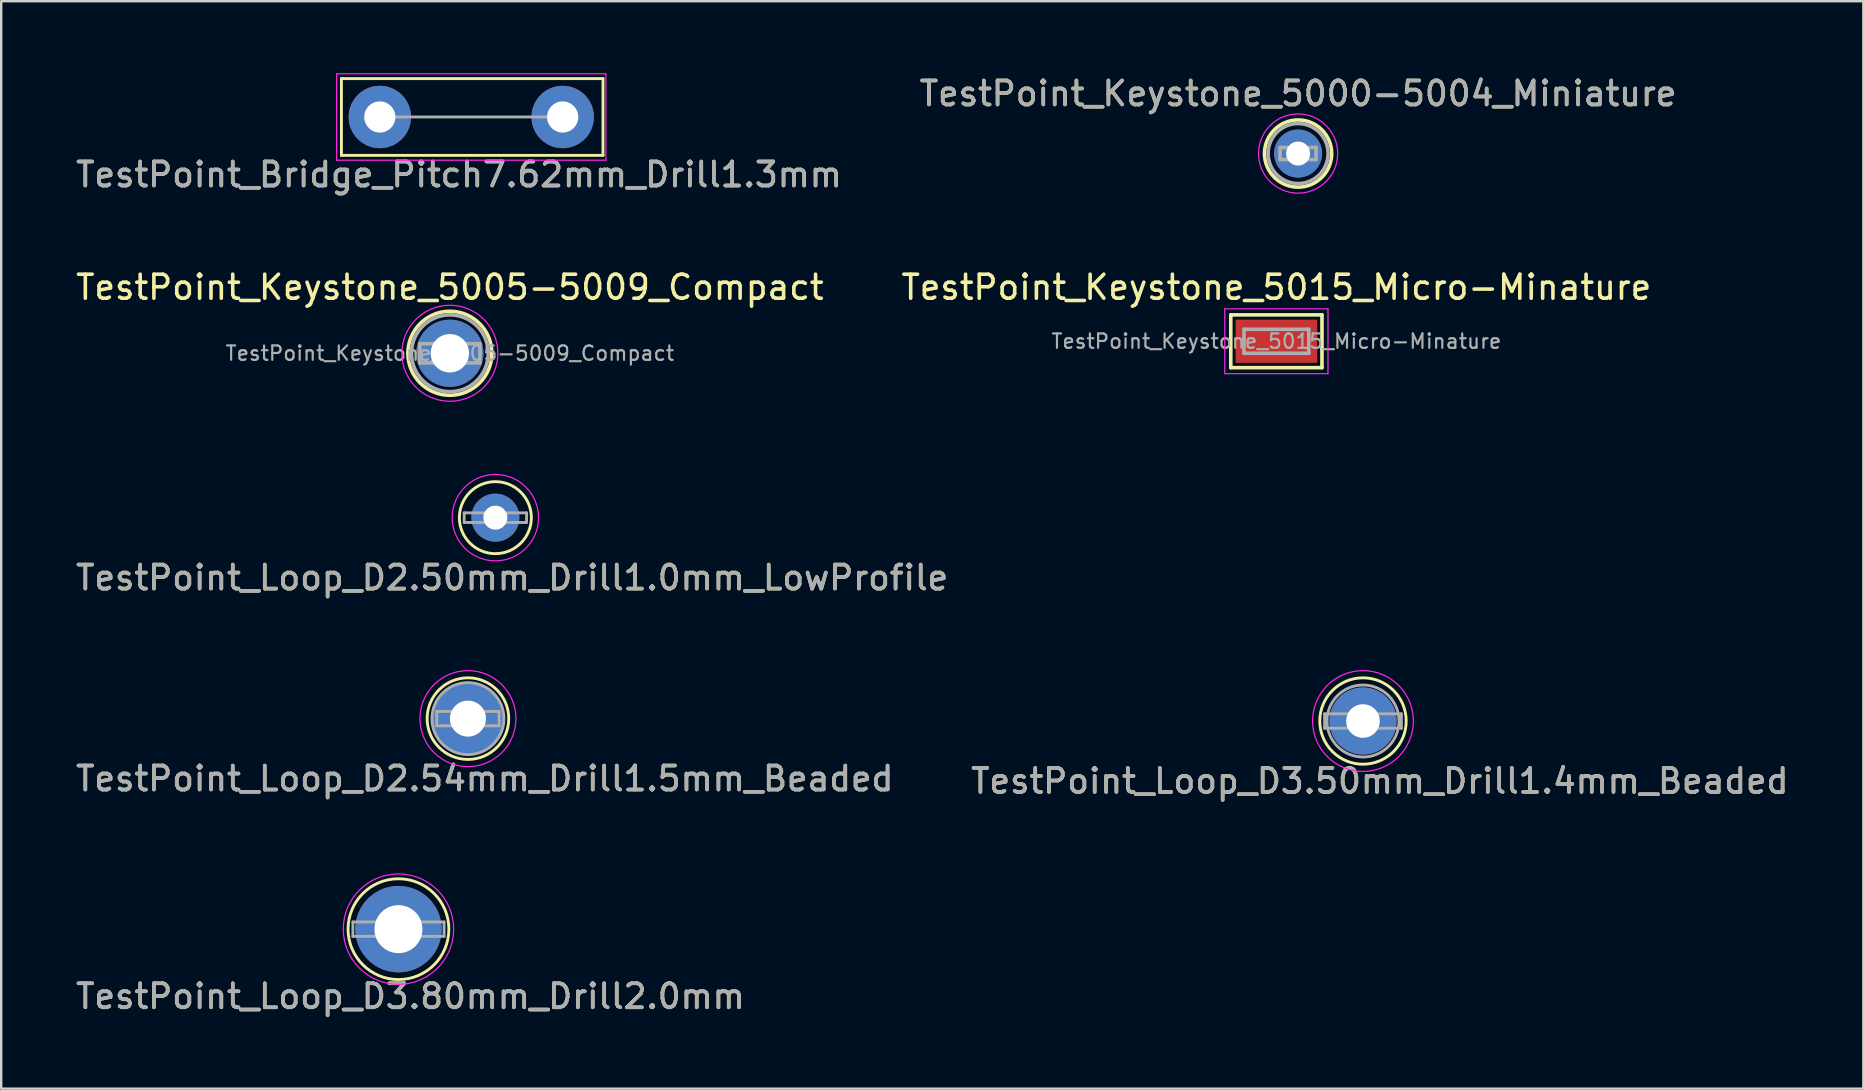
<source format=kicad_pcb>
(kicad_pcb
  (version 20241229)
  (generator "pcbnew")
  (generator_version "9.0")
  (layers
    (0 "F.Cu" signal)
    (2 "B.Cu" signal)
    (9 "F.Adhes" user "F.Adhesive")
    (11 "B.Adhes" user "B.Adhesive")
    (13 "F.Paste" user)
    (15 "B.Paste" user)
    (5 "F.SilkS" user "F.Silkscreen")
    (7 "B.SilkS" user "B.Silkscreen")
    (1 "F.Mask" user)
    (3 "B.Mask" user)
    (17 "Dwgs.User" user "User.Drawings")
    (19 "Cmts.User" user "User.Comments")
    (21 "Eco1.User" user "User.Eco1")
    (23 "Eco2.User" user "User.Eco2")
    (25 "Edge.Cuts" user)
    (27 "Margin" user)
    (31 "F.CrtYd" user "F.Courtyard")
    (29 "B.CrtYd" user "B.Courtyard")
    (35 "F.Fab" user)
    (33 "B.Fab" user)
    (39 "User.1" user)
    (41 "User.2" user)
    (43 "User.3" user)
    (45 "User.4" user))
  (footprint "TestPoint_Loop_D3.80mm_Drill2.0mm"
    (layer "F.Cu")
    (at 13.554 35.668)
    (property "Reference" "TestPoint_Loop_D3.80mm_Drill2.0mm" (at 0.5 2.8 0) (layer "F.SilkS") (effects (font (size 1 1) (thickness 0.15))))
    (attr through_hole)
    (fp_circle (center 0 0) (end 2.1 0) (stroke (width 0.12) (type solid)) (fill no) (layer "F.SilkS"))
    (fp_circle (center 0 0) (end 2.3 0) (stroke (width 0.05) (type solid)) (fill no) (layer "F.CrtYd"))
    (fp_line (start -1.9 -0.3) (end -1.9 0.3) (stroke (width 0.12) (type solid)) (layer "F.Fab"))
    (fp_line (start -1.9 0.3) (end 1.9 0.3) (stroke (width 0.12) (type solid)) (layer "F.Fab"))
    (fp_line (start 1.9 -0.3) (end -1.9 -0.3) (stroke (width 0.12) (type solid)) (layer "F.Fab"))
    (fp_line (start 1.9 0.3) (end 1.9 -0.3) (stroke (width 0.12) (type solid)) (layer "F.Fab"))
    (fp_text user "${REFERENCE}" (at 0.5 2.8 0) (layer "F.Fab") (effects (font (size 1 1) (thickness 0.15))))
    (pad "1" thru_hole circle (at 0 0) (size 3.6 3.6) (drill 2) (layers "*.Cu" "*.Mask")))
  (footprint "TestPoint_Keystone_5005-5009_Compact"
    (layer "F.Cu")
    (at 15.696 11.671)
    (property "Reference" "TestPoint_Keystone_5005-5009_Compact" (at 0 -2.75 0) (layer "F.SilkS") (effects (font (size 1 1) (thickness 0.15))))
    (attr through_hole)
    (fp_circle (center 0 0) (end 1.75 0) (stroke (width 0.15) (type solid)) (fill no) (layer "F.SilkS"))
    (fp_circle (center 0 0) (end 2 0) (stroke (width 0.05) (type solid)) (fill no) (layer "F.CrtYd"))
    (fp_line (start -1.25 -0.4) (end 1.25 -0.4) (stroke (width 0.15) (type solid)) (layer "F.Fab"))
    (fp_line (start -1.25 0.4) (end -1.25 -0.4) (stroke (width 0.15) (type solid)) (layer "F.Fab"))
    (fp_line (start 1.25 -0.4) (end 1.25 0.4) (stroke (width 0.15) (type solid)) (layer "F.Fab"))
    (fp_line (start 1.25 0.4) (end -1.25 0.4) (stroke (width 0.15) (type solid)) (layer "F.Fab"))
    (fp_circle (center 0 0) (end 1.6 0) (stroke (width 0.15) (type solid)) (fill no) (layer "F.Fab"))
    (fp_text user "${REFERENCE}" (at 0 0 0) (layer "F.Fab") (effects (font (size 0.6 0.6) (thickness 0.09))))
    (pad "1" thru_hole circle (at 0 0) (size 2.8 2.8) (drill 1.6) (layers "*.Cu" "*.Mask")))
  (footprint "TestPoint_Loop_D2.50mm_Drill1.0mm_LowProfile"
    (layer "F.Cu")
    (at 17.592 18.521)
    (property "Reference" "TestPoint_Loop_D2.50mm_Drill1.0mm_LowProfile" (at 0.7 2.5 0) (layer "F.SilkS") (effects (font (size 1 1) (thickness 0.15))))
    (attr through_hole)
    (fp_circle (center 0 0) (end 1.5 0) (stroke (width 0.12) (type solid)) (fill no) (layer "F.SilkS"))
    (fp_circle (center 0 0) (end 1.8 0) (stroke (width 0.05) (type solid)) (fill no) (layer "F.CrtYd"))
    (fp_line (start -1.3 -0.2) (end -1.3 0.2) (stroke (width 0.12) (type solid)) (layer "F.Fab"))
    (fp_line (start -1.3 0.2) (end 1.3 0.2) (stroke (width 0.12) (type solid)) (layer "F.Fab"))
    (fp_line (start 1.3 -0.2) (end -1.3 -0.2) (stroke (width 0.12) (type solid)) (layer "F.Fab"))
    (fp_line (start 1.3 0.2) (end 1.3 -0.2) (stroke (width 0.12) (type solid)) (layer "F.Fab"))
    (fp_text user "${REFERENCE}" (at 0.7 2.5 0) (layer "F.Fab") (effects (font (size 1 1) (thickness 0.15))))
    (pad "1" thru_hole circle (at 0 0) (size 2 2) (drill 1) (layers "*.Cu" "*.Mask")))
  (footprint "TestPoint_Keystone_5015_Micro-Minature"
    (layer "F.Cu")
    (at 50.137 11.171)
    (property "Reference" "TestPoint_Keystone_5015_Micro-Minature" (at 0 -2.25 0) (layer "F.SilkS") (effects (font (size 1 1) (thickness 0.15))))
    (attr smd)
    (fp_line (start -1.9 -1.1) (end 1.9 -1.1) (stroke (width 0.15) (type solid)) (layer "F.SilkS"))
    (fp_line (start -1.9 1.1) (end -1.9 -1.1) (stroke (width 0.15) (type solid)) (layer "F.SilkS"))
    (fp_line (start 1.9 -1.1) (end 1.9 1.1) (stroke (width 0.15) (type solid)) (layer "F.SilkS"))
    (fp_line (start 1.9 1.1) (end -1.9 1.1) (stroke (width 0.15) (type solid)) (layer "F.SilkS"))
    (fp_line (start -2.15 -1.35) (end 2.15 -1.35) (stroke (width 0.05) (type solid)) (layer "F.CrtYd"))
    (fp_line (start -2.15 1.35) (end -2.15 -1.35) (stroke (width 0.05) (type solid)) (layer "F.CrtYd"))
    (fp_line (start 2.15 -1.35) (end 2.15 1.35) (stroke (width 0.05) (type solid)) (layer "F.CrtYd"))
    (fp_line (start 2.15 1.35) (end -2.15 1.35) (stroke (width 0.05) (type solid)) (layer "F.CrtYd"))
    (fp_line (start -1.35 0.5) (end -1.35 -0.5) (stroke (width 0.15) (type solid)) (layer "F.Fab"))
    (fp_line (start -1.35 0.5) (end 1.35 0.5) (stroke (width 0.15) (type solid)) (layer "F.Fab"))
    (fp_line (start 1.35 -0.5) (end -1.35 -0.5) (stroke (width 0.15) (type solid)) (layer "F.Fab"))
    (fp_line (start 1.35 -0.5) (end 1.35 0.5) (stroke (width 0.15) (type solid)) (layer "F.Fab"))
    (fp_text user "${REFERENCE}" (at 0 0 0) (layer "F.Fab") (effects (font (size 0.6 0.6) (thickness 0.09))))
    (pad "1" smd rect (at 0 0) (size 3.4 1.8) (layers "F.Cu" "F.Mask" "F.Paste")))
  (footprint "TestPoint_Loop_D2.54mm_Drill1.5mm_Beaded"
    (layer "F.Cu")
    (at 16.449 26.895)
    (property "Reference" "TestPoint_Loop_D2.54mm_Drill1.5mm_Beaded" (at 0.7 2.5 0) (layer "F.SilkS") (effects (font (size 1 1) (thickness 0.15))))
    (attr through_hole)
    (fp_circle (center 0 0) (end 1.7 0) (stroke (width 0.12) (type solid)) (fill no) (layer "F.SilkS"))
    (fp_circle (center 0 0) (end 2 0) (stroke (width 0.05) (type solid)) (fill no) (layer "F.CrtYd"))
    (fp_line (start -1.3 -0.3) (end -1.3 0.3) (stroke (width 0.12) (type solid)) (layer "F.Fab"))
    (fp_line (start -1.3 0.3) (end 1.3 0.3) (stroke (width 0.12) (type solid)) (layer "F.Fab"))
    (fp_line (start 1.3 -0.3) (end -1.3 -0.3) (stroke (width 0.12) (type solid)) (layer "F.Fab"))
    (fp_line (start 1.3 0.3) (end 1.3 -0.3) (stroke (width 0.12) (type solid)) (layer "F.Fab"))
    (fp_circle (center 0 0) (end 1.5 0) (stroke (width 0.12) (type solid)) (fill no) (layer "F.Fab"))
    (fp_text user "${REFERENCE}" (at 0.7 2.5 0) (layer "F.Fab") (effects (font (size 1 1) (thickness 0.15))))
    (pad "1" thru_hole circle (at 0 0) (size 3 3) (drill 1.5) (layers "*.Cu" "*.Mask")))
  (footprint "TestPoint_Loop_D3.50mm_Drill1.4mm_Beaded"
    (layer "F.Cu")
    (at 53.746 26.995)
    (property "Reference" "TestPoint_Loop_D3.50mm_Drill1.4mm_Beaded" (at 0.7 2.5 0) (layer "F.SilkS") (effects (font (size 1 1) (thickness 0.15))))
    (attr through_hole)
    (fp_circle (center 0 0) (end 1.8 0) (stroke (width 0.12) (type solid)) (fill no) (layer "F.SilkS"))
    (fp_circle (center 0 0) (end 2.1 0) (stroke (width 0.05) (type solid)) (fill no) (layer "F.CrtYd"))
    (fp_line (start -1.6 -0.3) (end -1.6 0.3) (stroke (width 0.12) (type solid)) (layer "F.Fab"))
    (fp_line (start -1.6 0.3) (end 1.6 0.3) (stroke (width 0.12) (type solid)) (layer "F.Fab"))
    (fp_line (start 1.6 -0.3) (end -1.6 -0.3) (stroke (width 0.12) (type solid)) (layer "F.Fab"))
    (fp_line (start 1.6 0.3) (end 1.6 -0.3) (stroke (width 0.12) (type solid)) (layer "F.Fab"))
    (fp_circle (center 0 0) (end 1.5 0) (stroke (width 0.12) (type solid)) (fill no) (layer "F.Fab"))
    (fp_text user "${REFERENCE}" (at 0.7 2.5 0) (layer "F.Fab") (effects (font (size 1 1) (thickness 0.15))))
    (pad "1" thru_hole circle (at 0 0) (size 2.8 2.8) (drill 1.4) (layers "*.Cu" "*.Mask")))
  (footprint "TestPoint_Bridge_Pitch7.62mm_Drill1.3mm"
    (layer "F.Cu")
    (at 12.777 1.825)
    (property "Reference" "TestPoint_Bridge_Pitch7.62mm_Drill1.3mm" (at 3.3 2.4 0) (layer "F.SilkS") (effects (font (size 1 1) (thickness 0.15))))
    (attr through_hole)
    (fp_line (start -1.6 -1.6) (end 9.3 -1.6) (stroke (width 0.12) (type solid)) (layer "F.SilkS"))
    (fp_line (start -1.6 1.6) (end -1.6 -1.6) (stroke (width 0.12) (type solid)) (layer "F.SilkS"))
    (fp_line (start 9.3 -1.6) (end 9.3 1.6) (stroke (width 0.12) (type solid)) (layer "F.SilkS"))
    (fp_line (start 9.3 1.6) (end -1.6 1.6) (stroke (width 0.12) (type solid)) (layer "F.SilkS"))
    (fp_line (start -1.8 -1.8) (end -1.8 1.8) (stroke (width 0.05) (type solid)) (layer "F.CrtYd"))
    (fp_line (start -1.8 -1.8) (end 9.42 -1.8) (stroke (width 0.05) (type solid)) (layer "F.CrtYd"))
    (fp_line (start 9.42 1.8) (end -1.8 1.8) (stroke (width 0.05) (type solid)) (layer "F.CrtYd"))
    (fp_line (start 9.42 1.8) (end 9.42 -1.8) (stroke (width 0.05) (type solid)) (layer "F.CrtYd"))
    (fp_line (start 7.62 0) (end 0 0) (stroke (width 0.12) (type solid)) (layer "F.Fab"))
    (fp_text user "${REFERENCE}" (at 3.3 2.4 0) (layer "F.Fab") (effects (font (size 1 1) (thickness 0.15))))
    (pad "1" thru_hole circle (at 0 0) (size 2.6 2.6) (drill 1.3) (layers "*.Cu" "*.Mask"))
    (pad "1" thru_hole circle (at 7.62 0) (size 2.6 2.6) (drill 1.3) (layers "*.Cu" "*.Mask")))
  (footprint "TestPoint_Keystone_5000-5004_Miniature"
    (layer "F.Cu")
    (at 51.042 3.348)
    (property "Reference" "TestPoint_Keystone_5000-5004_Miniature" (at 0 -2.5 0) (layer "F.SilkS") (effects (font (size 1 1) (thickness 0.15))))
    (attr through_hole)
    (fp_circle (center 0 0) (end 1.4 0) (stroke (width 0.15) (type solid)) (fill no) (layer "F.SilkS"))
    (fp_circle (center 0 0) (end 1.65 0) (stroke (width 0.05) (type solid)) (fill no) (layer "F.CrtYd"))
    (fp_line (start -0.75 -0.25) (end 0.75 -0.25) (stroke (width 0.15) (type solid)) (layer "F.Fab"))
    (fp_line (start -0.75 0.25) (end -0.75 -0.25) (stroke (width 0.15) (type solid)) (layer "F.Fab"))
    (fp_line (start 0.75 -0.25) (end 0.75 0.25) (stroke (width 0.15) (type solid)) (layer "F.Fab"))
    (fp_line (start 0.75 0.25) (end -0.75 0.25) (stroke (width 0.15) (type solid)) (layer "F.Fab"))
    (fp_circle (center 0 0) (end 1.25 0) (stroke (width 0.15) (type solid)) (fill no) (layer "F.Fab"))
    (fp_text user "${REFERENCE}" (at 0 -2.5 0) (layer "F.Fab") (effects (font (size 1 1) (thickness 0.15))))
    (pad "1" thru_hole circle (at 0 0) (size 2 2) (drill 1) (layers "*.Cu" "*.Mask")))
  (gr_rect
    (start -3 -3)
    (end 74.595 42.316)
    (stroke (width 0.1) (type default))
    (fill no)
    (layer "Edge.Cuts")))
</source>
